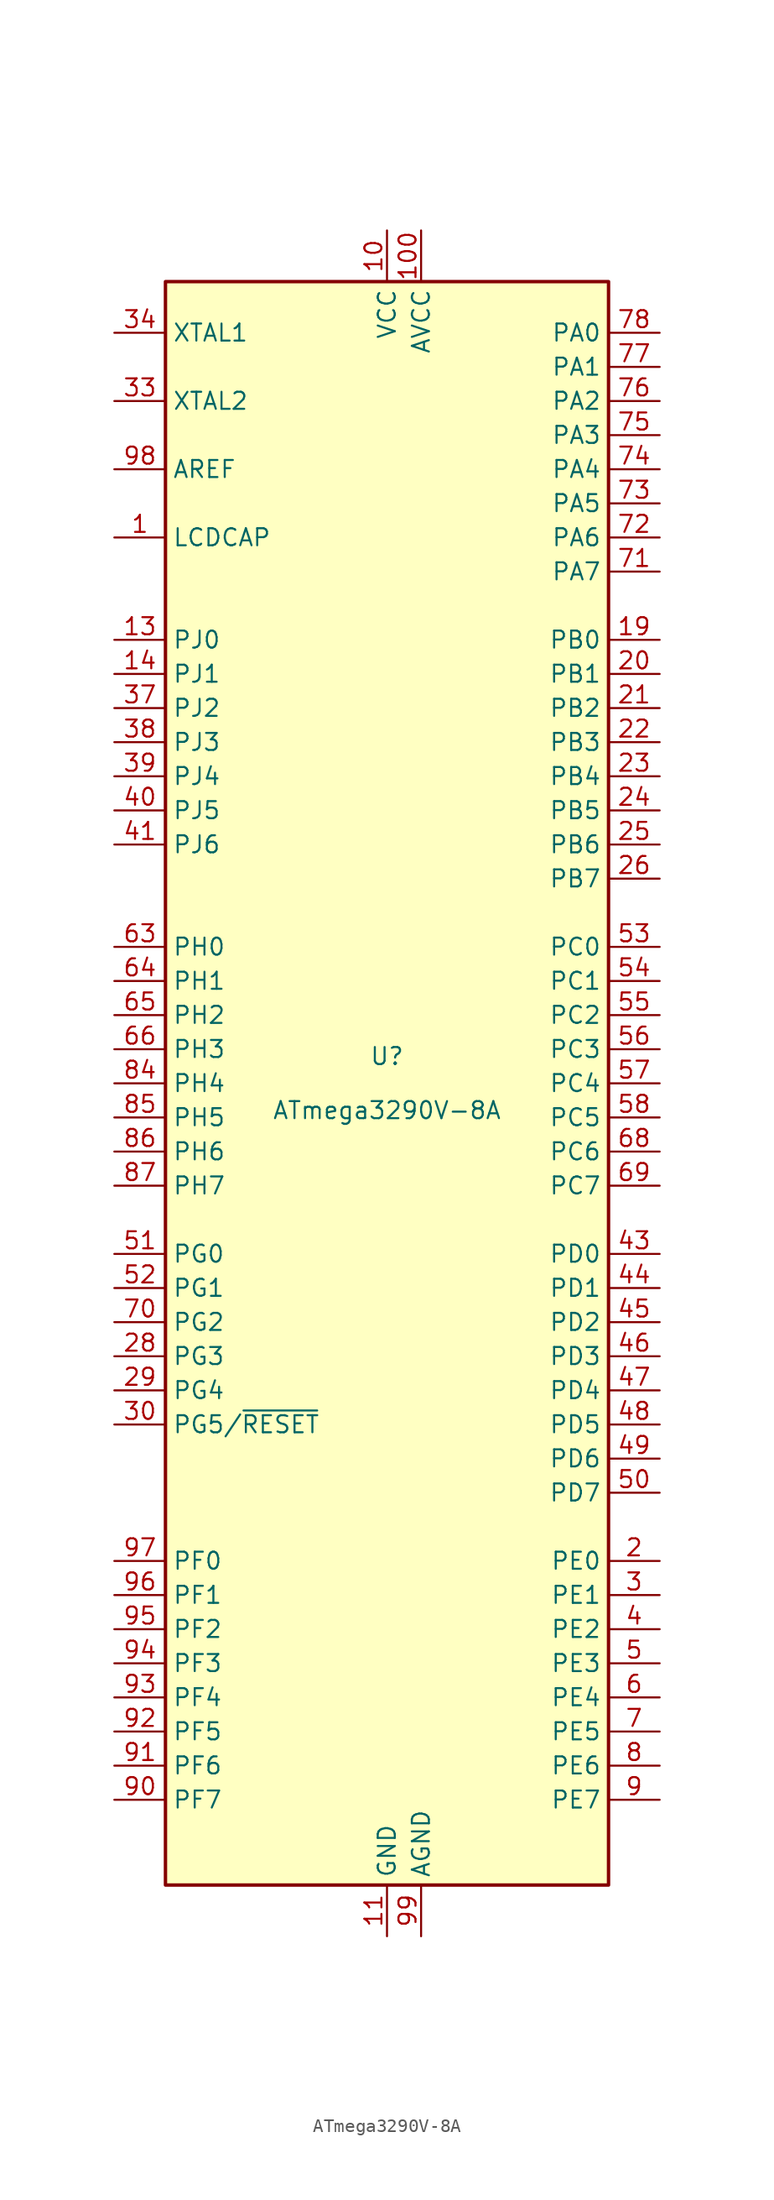
<source format=kicad_sym>
(kicad_symbol_lib
  (version 20201005)
  (generator kicad_symbol_editor)
  (symbol "MCU_Microchip_ATmega:ATmega3290V-8A"
    (property "Reference" "U"
      (at 0 1.27 0)
      (effects (font (size 1.27 1.27)) (justify bottom)))
    (property "Value" "ATmega3290V-8A"
      (at 0 -1.27 0)
      (effects (font (size 1.27 1.27)) (justify top)))
    (symbol "ATmega3290V-8A_0_1"
      (rectangle (start -16.51 -59.69) (end 16.51 59.69) (stroke (width 0.254)) (fill (type background))))
    (symbol "ATmega3290V-8A_1_1"
      (pin passive line (at -20.32 40.64 0) (length 3.81) (name "LCDCAP" (effects (font (size 1.27 1.27)))) (number "1" (effects (font (size 1.27 1.27)))))
      (pin power_in line (at 0 63.5 270) (length 3.81) (name "VCC" (effects (font (size 1.27 1.27)))) (number "10" (effects (font (size 1.27 1.27)))))
      (pin power_in line (at 2.54 63.5 270) (length 3.81) (name "AVCC" (effects (font (size 1.27 1.27)))) (number "100" (effects (font (size 1.27 1.27)))))
      (pin power_in line (at 0 -63.5 90) (length 3.81) (name "GND" (effects (font (size 1.27 1.27)))) (number "11" (effects (font (size 1.27 1.27)))))
      (pin no_connect line (at -15.24 38.1 0) (length 2.54) hide (name "NC" (effects (font (size 1.27 1.27)))) (number "12" (effects (font (size 1.27 1.27)))))
      (pin bidirectional line (at -20.32 33.02 0) (length 3.81) (name "PJ0" (effects (font (size 1.27 1.27)))) (number "13" (effects (font (size 1.27 1.27)))))
      (pin bidirectional line (at -20.32 30.48 0) (length 3.81) (name "PJ1" (effects (font (size 1.27 1.27)))) (number "14" (effects (font (size 1.27 1.27)))))
      (pin no_connect line (at -15.24 35.56 0) (length 2.54) hide (name "NC" (effects (font (size 1.27 1.27)))) (number "15" (effects (font (size 1.27 1.27)))))
      (pin no_connect line (at -15.24 15.24 0) (length 2.54) hide (name "NC" (effects (font (size 1.27 1.27)))) (number "16" (effects (font (size 1.27 1.27)))))
      (pin no_connect line (at -15.24 12.7 0) (length 2.54) hide (name "NC" (effects (font (size 1.27 1.27)))) (number "17" (effects (font (size 1.27 1.27)))))
      (pin no_connect line (at -15.24 -10.16 0) (length 2.54) hide (name "NC" (effects (font (size 1.27 1.27)))) (number "18" (effects (font (size 1.27 1.27)))))
      (pin bidirectional line (at 20.32 33.02 180) (length 3.81) (name "PB0" (effects (font (size 1.27 1.27)))) (number "19" (effects (font (size 1.27 1.27)))))
      (pin bidirectional line (at 20.32 -35.56 180) (length 3.81) (name "PE0" (effects (font (size 1.27 1.27)))) (number "2" (effects (font (size 1.27 1.27)))))
      (pin bidirectional line (at 20.32 30.48 180) (length 3.81) (name "PB1" (effects (font (size 1.27 1.27)))) (number "20" (effects (font (size 1.27 1.27)))))
      (pin bidirectional line (at 20.32 27.94 180) (length 3.81) (name "PB2" (effects (font (size 1.27 1.27)))) (number "21" (effects (font (size 1.27 1.27)))))
      (pin bidirectional line (at 20.32 25.4 180) (length 3.81) (name "PB3" (effects (font (size 1.27 1.27)))) (number "22" (effects (font (size 1.27 1.27)))))
      (pin bidirectional line (at 20.32 22.86 180) (length 3.81) (name "PB4" (effects (font (size 1.27 1.27)))) (number "23" (effects (font (size 1.27 1.27)))))
      (pin bidirectional line (at 20.32 20.32 180) (length 3.81) (name "PB5" (effects (font (size 1.27 1.27)))) (number "24" (effects (font (size 1.27 1.27)))))
      (pin bidirectional line (at 20.32 17.78 180) (length 3.81) (name "PB6" (effects (font (size 1.27 1.27)))) (number "25" (effects (font (size 1.27 1.27)))))
      (pin bidirectional line (at 20.32 15.24 180) (length 3.81) (name "PB7" (effects (font (size 1.27 1.27)))) (number "26" (effects (font (size 1.27 1.27)))))
      (pin no_connect line (at -15.24 -27.94 0) (length 2.54) hide (name "NC" (effects (font (size 1.27 1.27)))) (number "27" (effects (font (size 1.27 1.27)))))
      (pin bidirectional line (at -20.32 -20.32 0) (length 3.81) (name "PG3" (effects (font (size 1.27 1.27)))) (number "28" (effects (font (size 1.27 1.27)))))
      (pin bidirectional line (at -20.32 -22.86 0) (length 3.81) (name "PG4" (effects (font (size 1.27 1.27)))) (number "29" (effects (font (size 1.27 1.27)))))
      (pin bidirectional line (at 20.32 -38.1 180) (length 3.81) (name "PE1" (effects (font (size 1.27 1.27)))) (number "3" (effects (font (size 1.27 1.27)))))
      (pin bidirectional line (at -20.32 -25.4 0) (length 3.81) (name "PG5/~RESET" (effects (font (size 1.27 1.27)))) (number "30" (effects (font (size 1.27 1.27)))))
      (pin passive line (at 0 63.5 270) (length 3.81) hide (name "VCC" (effects (font (size 1.27 1.27)))) (number "31" (effects (font (size 1.27 1.27)))))
      (pin passive line (at 0 -63.5 90) (length 3.81) hide (name "GND" (effects (font (size 1.27 1.27)))) (number "32" (effects (font (size 1.27 1.27)))))
      (pin output line (at -20.32 50.8 0) (length 3.81) (name "XTAL2" (effects (font (size 1.27 1.27)))) (number "33" (effects (font (size 1.27 1.27)))))
      (pin input line (at -20.32 55.88 0) (length 3.81) (name "XTAL1" (effects (font (size 1.27 1.27)))) (number "34" (effects (font (size 1.27 1.27)))))
      (pin no_connect line (at -15.24 -30.48 0) (length 2.54) hide (name "NC" (effects (font (size 1.27 1.27)))) (number "35" (effects (font (size 1.27 1.27)))))
      (pin no_connect line (at -15.24 -33.02 0) (length 2.54) hide (name "NC" (effects (font (size 1.27 1.27)))) (number "36" (effects (font (size 1.27 1.27)))))
      (pin bidirectional line (at -20.32 27.94 0) (length 3.81) (name "PJ2" (effects (font (size 1.27 1.27)))) (number "37" (effects (font (size 1.27 1.27)))))
      (pin bidirectional line (at -20.32 25.4 0) (length 3.81) (name "PJ3" (effects (font (size 1.27 1.27)))) (number "38" (effects (font (size 1.27 1.27)))))
      (pin bidirectional line (at -20.32 22.86 0) (length 3.81) (name "PJ4" (effects (font (size 1.27 1.27)))) (number "39" (effects (font (size 1.27 1.27)))))
      (pin bidirectional line (at 20.32 -40.64 180) (length 3.81) (name "PE2" (effects (font (size 1.27 1.27)))) (number "4" (effects (font (size 1.27 1.27)))))
      (pin bidirectional line (at -20.32 20.32 0) (length 3.81) (name "PJ5" (effects (font (size 1.27 1.27)))) (number "40" (effects (font (size 1.27 1.27)))))
      (pin bidirectional line (at -20.32 17.78 0) (length 3.81) (name "PJ6" (effects (font (size 1.27 1.27)))) (number "41" (effects (font (size 1.27 1.27)))))
      (pin no_connect line (at -15.24 -58.42 90) (length 2.54) hide (name "NC" (effects (font (size 1.27 1.27)))) (number "42" (effects (font (size 1.27 1.27)))))
      (pin bidirectional line (at 20.32 -12.7 180) (length 3.81) (name "PD0" (effects (font (size 1.27 1.27)))) (number "43" (effects (font (size 1.27 1.27)))))
      (pin bidirectional line (at 20.32 -15.24 180) (length 3.81) (name "PD1" (effects (font (size 1.27 1.27)))) (number "44" (effects (font (size 1.27 1.27)))))
      (pin bidirectional line (at 20.32 -17.78 180) (length 3.81) (name "PD2" (effects (font (size 1.27 1.27)))) (number "45" (effects (font (size 1.27 1.27)))))
      (pin bidirectional line (at 20.32 -20.32 180) (length 3.81) (name "PD3" (effects (font (size 1.27 1.27)))) (number "46" (effects (font (size 1.27 1.27)))))
      (pin bidirectional line (at 20.32 -22.86 180) (length 3.81) (name "PD4" (effects (font (size 1.27 1.27)))) (number "47" (effects (font (size 1.27 1.27)))))
      (pin bidirectional line (at 20.32 -25.4 180) (length 3.81) (name "PD5" (effects (font (size 1.27 1.27)))) (number "48" (effects (font (size 1.27 1.27)))))
      (pin bidirectional line (at 20.32 -27.94 180) (length 3.81) (name "PD6" (effects (font (size 1.27 1.27)))) (number "49" (effects (font (size 1.27 1.27)))))
      (pin bidirectional line (at 20.32 -43.18 180) (length 3.81) (name "PE3" (effects (font (size 1.27 1.27)))) (number "5" (effects (font (size 1.27 1.27)))))
      (pin bidirectional line (at 20.32 -30.48 180) (length 3.81) (name "PD7" (effects (font (size 1.27 1.27)))) (number "50" (effects (font (size 1.27 1.27)))))
      (pin bidirectional line (at -20.32 -12.7 0) (length 3.81) (name "PG0" (effects (font (size 1.27 1.27)))) (number "51" (effects (font (size 1.27 1.27)))))
      (pin bidirectional line (at -20.32 -15.24 0) (length 3.81) (name "PG1" (effects (font (size 1.27 1.27)))) (number "52" (effects (font (size 1.27 1.27)))))
      (pin bidirectional line (at 20.32 10.16 180) (length 3.81) (name "PC0" (effects (font (size 1.27 1.27)))) (number "53" (effects (font (size 1.27 1.27)))))
      (pin bidirectional line (at 20.32 7.62 180) (length 3.81) (name "PC1" (effects (font (size 1.27 1.27)))) (number "54" (effects (font (size 1.27 1.27)))))
      (pin bidirectional line (at 20.32 5.08 180) (length 3.81) (name "PC2" (effects (font (size 1.27 1.27)))) (number "55" (effects (font (size 1.27 1.27)))))
      (pin bidirectional line (at 20.32 2.54 180) (length 3.81) (name "PC3" (effects (font (size 1.27 1.27)))) (number "56" (effects (font (size 1.27 1.27)))))
      (pin bidirectional line (at 20.32 0 180) (length 3.81) (name "PC4" (effects (font (size 1.27 1.27)))) (number "57" (effects (font (size 1.27 1.27)))))
      (pin bidirectional line (at 20.32 -2.54 180) (length 3.81) (name "PC5" (effects (font (size 1.27 1.27)))) (number "58" (effects (font (size 1.27 1.27)))))
      (pin no_connect line (at -12.7 -58.42 90) (length 2.54) hide (name "NC" (effects (font (size 1.27 1.27)))) (number "59" (effects (font (size 1.27 1.27)))))
      (pin bidirectional line (at 20.32 -45.72 180) (length 3.81) (name "PE4" (effects (font (size 1.27 1.27)))) (number "6" (effects (font (size 1.27 1.27)))))
      (pin no_connect line (at -10.16 -58.42 90) (length 2.54) hide (name "NC" (effects (font (size 1.27 1.27)))) (number "60" (effects (font (size 1.27 1.27)))))
      (pin no_connect line (at -7.62 -58.42 90) (length 2.54) hide (name "NC" (effects (font (size 1.27 1.27)))) (number "61" (effects (font (size 1.27 1.27)))))
      (pin no_connect line (at -5.08 -58.42 90) (length 2.54) hide (name "NC" (effects (font (size 1.27 1.27)))) (number "62" (effects (font (size 1.27 1.27)))))
      (pin bidirectional line (at -20.32 10.16 0) (length 3.81) (name "PH0" (effects (font (size 1.27 1.27)))) (number "63" (effects (font (size 1.27 1.27)))))
      (pin bidirectional line (at -20.32 7.62 0) (length 3.81) (name "PH1" (effects (font (size 1.27 1.27)))) (number "64" (effects (font (size 1.27 1.27)))))
      (pin bidirectional line (at -20.32 5.08 0) (length 3.81) (name "PH2" (effects (font (size 1.27 1.27)))) (number "65" (effects (font (size 1.27 1.27)))))
      (pin bidirectional line (at -20.32 2.54 0) (length 3.81) (name "PH3" (effects (font (size 1.27 1.27)))) (number "66" (effects (font (size 1.27 1.27)))))
      (pin no_connect line (at -2.54 -58.42 90) (length 2.54) hide (name "NC" (effects (font (size 1.27 1.27)))) (number "67" (effects (font (size 1.27 1.27)))))
      (pin bidirectional line (at 20.32 -5.08 180) (length 3.81) (name "PC6" (effects (font (size 1.27 1.27)))) (number "68" (effects (font (size 1.27 1.27)))))
      (pin bidirectional line (at 20.32 -7.62 180) (length 3.81) (name "PC7" (effects (font (size 1.27 1.27)))) (number "69" (effects (font (size 1.27 1.27)))))
      (pin bidirectional line (at 20.32 -48.26 180) (length 3.81) (name "PE5" (effects (font (size 1.27 1.27)))) (number "7" (effects (font (size 1.27 1.27)))))
      (pin bidirectional line (at -20.32 -17.78 0) (length 3.81) (name "PG2" (effects (font (size 1.27 1.27)))) (number "70" (effects (font (size 1.27 1.27)))))
      (pin bidirectional line (at 20.32 38.1 180) (length 3.81) (name "PA7" (effects (font (size 1.27 1.27)))) (number "71" (effects (font (size 1.27 1.27)))))
      (pin bidirectional line (at 20.32 40.64 180) (length 3.81) (name "PA6" (effects (font (size 1.27 1.27)))) (number "72" (effects (font (size 1.27 1.27)))))
      (pin bidirectional line (at 20.32 43.18 180) (length 3.81) (name "PA5" (effects (font (size 1.27 1.27)))) (number "73" (effects (font (size 1.27 1.27)))))
      (pin bidirectional line (at 20.32 45.72 180) (length 3.81) (name "PA4" (effects (font (size 1.27 1.27)))) (number "74" (effects (font (size 1.27 1.27)))))
      (pin bidirectional line (at 20.32 48.26 180) (length 3.81) (name "PA3" (effects (font (size 1.27 1.27)))) (number "75" (effects (font (size 1.27 1.27)))))
      (pin bidirectional line (at 20.32 50.8 180) (length 3.81) (name "PA2" (effects (font (size 1.27 1.27)))) (number "76" (effects (font (size 1.27 1.27)))))
      (pin bidirectional line (at 20.32 53.34 180) (length 3.81) (name "PA1" (effects (font (size 1.27 1.27)))) (number "77" (effects (font (size 1.27 1.27)))))
      (pin bidirectional line (at 20.32 55.88 180) (length 3.81) (name "PA0" (effects (font (size 1.27 1.27)))) (number "78" (effects (font (size 1.27 1.27)))))
      (pin no_connect line (at 5.08 -58.42 90) (length 2.54) hide (name "NC" (effects (font (size 1.27 1.27)))) (number "79" (effects (font (size 1.27 1.27)))))
      (pin bidirectional line (at 20.32 -50.8 180) (length 3.81) (name "PE6" (effects (font (size 1.27 1.27)))) (number "8" (effects (font (size 1.27 1.27)))))
      (pin passive line (at 0 63.5 270) (length 3.81) hide (name "VCC" (effects (font (size 1.27 1.27)))) (number "80" (effects (font (size 1.27 1.27)))))
      (pin passive line (at 0 -63.5 90) (length 3.81) hide (name "GND" (effects (font (size 1.27 1.27)))) (number "81" (effects (font (size 1.27 1.27)))))
      (pin no_connect line (at 7.62 -58.42 90) (length 2.54) hide (name "NC" (effects (font (size 1.27 1.27)))) (number "82" (effects (font (size 1.27 1.27)))))
      (pin no_connect line (at 10.16 -58.42 90) (length 2.54) hide (name "NC" (effects (font (size 1.27 1.27)))) (number "83" (effects (font (size 1.27 1.27)))))
      (pin bidirectional line (at -20.32 0 0) (length 3.81) (name "PH4" (effects (font (size 1.27 1.27)))) (number "84" (effects (font (size 1.27 1.27)))))
      (pin bidirectional line (at -20.32 -2.54 0) (length 3.81) (name "PH5" (effects (font (size 1.27 1.27)))) (number "85" (effects (font (size 1.27 1.27)))))
      (pin bidirectional line (at -20.32 -5.08 0) (length 3.81) (name "PH6" (effects (font (size 1.27 1.27)))) (number "86" (effects (font (size 1.27 1.27)))))
      (pin bidirectional line (at -20.32 -7.62 0) (length 3.81) (name "PH7" (effects (font (size 1.27 1.27)))) (number "87" (effects (font (size 1.27 1.27)))))
      (pin no_connect line (at 12.7 -58.42 90) (length 2.54) hide (name "NC" (effects (font (size 1.27 1.27)))) (number "88" (effects (font (size 1.27 1.27)))))
      (pin no_connect line (at 15.24 -58.42 90) (length 2.54) hide (name "NC" (effects (font (size 1.27 1.27)))) (number "89" (effects (font (size 1.27 1.27)))))
      (pin bidirectional line (at 20.32 -53.34 180) (length 3.81) (name "PE7" (effects (font (size 1.27 1.27)))) (number "9" (effects (font (size 1.27 1.27)))))
      (pin bidirectional line (at -20.32 -53.34 0) (length 3.81) (name "PF7" (effects (font (size 1.27 1.27)))) (number "90" (effects (font (size 1.27 1.27)))))
      (pin bidirectional line (at -20.32 -50.8 0) (length 3.81) (name "PF6" (effects (font (size 1.27 1.27)))) (number "91" (effects (font (size 1.27 1.27)))))
      (pin bidirectional line (at -20.32 -48.26 0) (length 3.81) (name "PF5" (effects (font (size 1.27 1.27)))) (number "92" (effects (font (size 1.27 1.27)))))
      (pin bidirectional line (at -20.32 -45.72 0) (length 3.81) (name "PF4" (effects (font (size 1.27 1.27)))) (number "93" (effects (font (size 1.27 1.27)))))
      (pin bidirectional line (at -20.32 -43.18 0) (length 3.81) (name "PF3" (effects (font (size 1.27 1.27)))) (number "94" (effects (font (size 1.27 1.27)))))
      (pin bidirectional line (at -20.32 -40.64 0) (length 3.81) (name "PF2" (effects (font (size 1.27 1.27)))) (number "95" (effects (font (size 1.27 1.27)))))
      (pin bidirectional line (at -20.32 -38.1 0) (length 3.81) (name "PF1" (effects (font (size 1.27 1.27)))) (number "96" (effects (font (size 1.27 1.27)))))
      (pin bidirectional line (at -20.32 -35.56 0) (length 3.81) (name "PF0" (effects (font (size 1.27 1.27)))) (number "97" (effects (font (size 1.27 1.27)))))
      (pin passive line (at -20.32 45.72 0) (length 3.81) (name "AREF" (effects (font (size 1.27 1.27)))) (number "98" (effects (font (size 1.27 1.27)))))
      (pin power_in line (at 2.54 -63.5 90) (length 3.81) (name "AGND" (effects (font (size 1.27 1.27)))) (number "99" (effects (font (size 1.27 1.27))))))))
</source>
